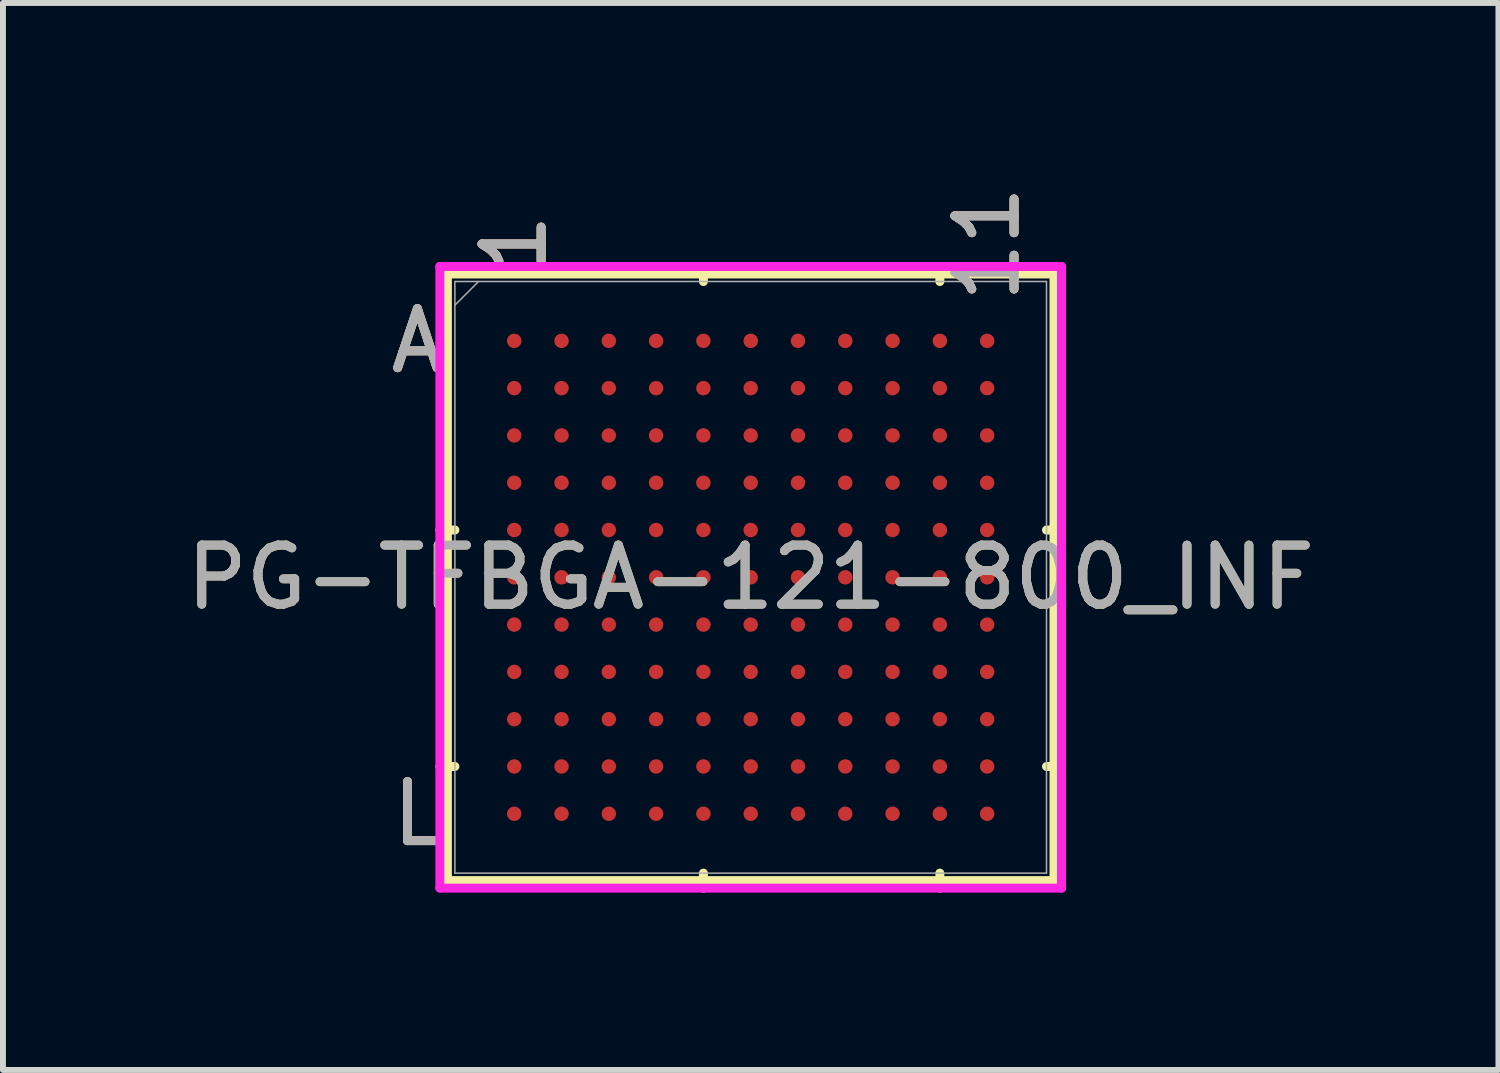
<source format=kicad_pcb>
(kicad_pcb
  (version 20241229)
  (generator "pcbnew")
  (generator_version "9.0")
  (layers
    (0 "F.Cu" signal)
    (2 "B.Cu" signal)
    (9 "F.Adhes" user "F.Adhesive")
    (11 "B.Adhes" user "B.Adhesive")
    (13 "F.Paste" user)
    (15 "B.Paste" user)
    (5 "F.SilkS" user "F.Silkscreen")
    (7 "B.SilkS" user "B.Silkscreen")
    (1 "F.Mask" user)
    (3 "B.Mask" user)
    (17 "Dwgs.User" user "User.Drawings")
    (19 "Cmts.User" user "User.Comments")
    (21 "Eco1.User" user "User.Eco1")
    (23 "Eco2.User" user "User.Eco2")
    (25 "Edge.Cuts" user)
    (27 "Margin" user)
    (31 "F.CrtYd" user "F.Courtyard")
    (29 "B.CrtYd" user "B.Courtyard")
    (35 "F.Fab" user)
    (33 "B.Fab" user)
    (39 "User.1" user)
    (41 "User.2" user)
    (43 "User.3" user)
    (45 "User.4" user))
  (footprint "PG-TFBGA-121-800_INF"
    (layer "F.Cu")
    (at 9.649 6.716)
    (property "Reference" "PG-TFBGA-121-800_INF" (at 0 0 0) (unlocked yes) (layer "F.SilkS") (effects (font (size 1 1) (thickness 0.15))))
    (attr smd)
    (fp_line (start -5.131 -5.131) (end -5.131 5.131) (stroke (width 0.152) (type solid)) (layer "F.SilkS"))
    (fp_line (start -5.131 5.131) (end 5.131 5.131) (stroke (width 0.152) (type solid)) (layer "F.SilkS"))
    (fp_line (start -5.004 -0.8) (end -5.258 -0.8) (stroke (width 0.152) (type solid)) (layer "F.SilkS"))
    (fp_line (start -5.004 3.2) (end -5.258 3.2) (stroke (width 0.152) (type solid)) (layer "F.SilkS"))
    (fp_line (start -0.8 -5.004) (end -0.8 -5.258) (stroke (width 0.152) (type solid)) (layer "F.SilkS"))
    (fp_line (start -0.8 5.004) (end -0.8 5.258) (stroke (width 0.152) (type solid)) (layer "F.SilkS"))
    (fp_line (start 3.2 -5.004) (end 3.2 -5.258) (stroke (width 0.152) (type solid)) (layer "F.SilkS"))
    (fp_line (start 3.2 5.004) (end 3.2 5.258) (stroke (width 0.152) (type solid)) (layer "F.SilkS"))
    (fp_line (start 5.004 -0.8) (end 5.258 -0.8) (stroke (width 0.152) (type solid)) (layer "F.SilkS"))
    (fp_line (start 5.004 3.2) (end 5.258 3.2) (stroke (width 0.152) (type solid)) (layer "F.SilkS"))
    (fp_line (start 5.131 -5.131) (end -5.131 -5.131) (stroke (width 0.152) (type solid)) (layer "F.SilkS"))
    (fp_line (start 5.131 5.131) (end 5.131 -5.131) (stroke (width 0.152) (type solid)) (layer "F.SilkS"))
    (fp_poly (pts (xy -4.845 -4.845) (xy 4.845 -4.845) (xy 4.845 4.845) (xy -4.845 4.845)) (stroke (width 0.1) (type solid)) (fill no) (layer "Eco2.User"))
    (fp_line (start -5.258 -5.258) (end 5.258 -5.258) (stroke (width 0.152) (type solid)) (layer "F.CrtYd"))
    (fp_line (start -5.258 5.258) (end -5.258 -5.258) (stroke (width 0.152) (type solid)) (layer "F.CrtYd"))
    (fp_line (start 5.258 -5.258) (end 5.258 5.258) (stroke (width 0.152) (type solid)) (layer "F.CrtYd"))
    (fp_line (start 5.258 5.258) (end -5.258 5.258) (stroke (width 0.152) (type solid)) (layer "F.CrtYd"))
    (fp_line (start -5.004 -5.004) (end -5.004 5.004) (stroke (width 0.025) (type solid)) (layer "F.Fab"))
    (fp_line (start -5.004 5.004) (end 5.004 5.004) (stroke (width 0.025) (type solid)) (layer "F.Fab"))
    (fp_line (start -4.604 -5.004) (end -5.004 -4.604) (stroke (width 0.025) (type solid)) (layer "F.Fab"))
    (fp_line (start 5.004 -5.004) (end -5.004 -5.004) (stroke (width 0.025) (type solid)) (layer "F.Fab"))
    (fp_line (start 5.004 5.004) (end 5.004 -5.004) (stroke (width 0.025) (type solid)) (layer "F.Fab"))
    (fp_text user "11" (at 4 -5.639 90) (unlocked yes) (layer "F.SilkS") (effects (font (size 1 1) (thickness 0.15))))
    (fp_text user "L" (at -5.639 4 0) (unlocked yes) (layer "F.SilkS") (effects (font (size 1 1) (thickness 0.15))))
    (fp_text user "1" (at -4 -5.639 90) (unlocked yes) (layer "F.SilkS") (effects (font (size 1 1) (thickness 0.15))))
    (fp_text user "A" (at -5.639 -4 0) (unlocked yes) (layer "F.SilkS") (effects (font (size 1 1) (thickness 0.15))))
    (fp_text user "11" (at 4 -5.639 90) (unlocked yes) (layer "B.SilkS") (effects (font (size 1 1) (thickness 0.15))))
    (fp_text user "L" (at -5.639 4 0) (unlocked yes) (layer "B.SilkS") (effects (font (size 1 1) (thickness 0.15))))
    (fp_text user "A" (at -5.639 -4 0) (unlocked yes) (layer "B.SilkS") (effects (font (size 1 1) (thickness 0.15))))
    (fp_text user "1" (at -4 -5.639 90) (unlocked yes) (layer "B.SilkS") (effects (font (size 1 1) (thickness 0.15))))
    (fp_text user "A" (at -5.639 -4 0) (unlocked yes) (layer "F.Fab") (effects (font (size 1 1) (thickness 0.15))))
    (fp_text user "L" (at -5.639 4 0) (unlocked yes) (layer "F.Fab") (effects (font (size 1 1) (thickness 0.15))))
    (fp_text user "${REFERENCE}" (at 0 0 0) (unlocked yes) (layer "F.Fab") (effects (font (size 1 1) (thickness 0.15))))
    (fp_text user "1" (at -4 -5.639 90) (unlocked yes) (layer "F.Fab") (effects (font (size 1 1) (thickness 0.15))))
    (fp_text user "11" (at 4 -5.639 90) (unlocked yes) (layer "F.Fab") (effects (font (size 1 1) (thickness 0.15))))
    (pad "A1" smd circle (at -4 -4) (size 0.244 0.244) (layers "F.Cu" "F.Mask" "F.Paste"))
    (pad "A2" smd circle (at -3.2 -4) (size 0.244 0.244) (layers "F.Cu" "F.Mask" "F.Paste"))
    (pad "A3" smd circle (at -2.4 -4) (size 0.244 0.244) (layers "F.Cu" "F.Mask" "F.Paste"))
    (pad "A4" smd circle (at -1.6 -4) (size 0.244 0.244) (layers "F.Cu" "F.Mask" "F.Paste"))
    (pad "A5" smd circle (at -0.8 -4) (size 0.244 0.244) (layers "F.Cu" "F.Mask" "F.Paste"))
    (pad "A6" smd circle (at 0 -4) (size 0.244 0.244) (layers "F.Cu" "F.Mask" "F.Paste"))
    (pad "A7" smd circle (at 0.8 -4) (size 0.244 0.244) (layers "F.Cu" "F.Mask" "F.Paste"))
    (pad "A8" smd circle (at 1.6 -4) (size 0.244 0.244) (layers "F.Cu" "F.Mask" "F.Paste"))
    (pad "A9" smd circle (at 2.4 -4) (size 0.244 0.244) (layers "F.Cu" "F.Mask" "F.Paste"))
    (pad "A10" smd circle (at 3.2 -4) (size 0.244 0.244) (layers "F.Cu" "F.Mask" "F.Paste"))
    (pad "A11" smd circle (at 4 -4) (size 0.244 0.244) (layers "F.Cu" "F.Mask" "F.Paste"))
    (pad "B1" smd circle (at -4 -3.2) (size 0.244 0.244) (layers "F.Cu" "F.Mask" "F.Paste"))
    (pad "B2" smd circle (at -3.2 -3.2) (size 0.244 0.244) (layers "F.Cu" "F.Mask" "F.Paste"))
    (pad "B3" smd circle (at -2.4 -3.2) (size 0.244 0.244) (layers "F.Cu" "F.Mask" "F.Paste"))
    (pad "B4" smd circle (at -1.6 -3.2) (size 0.244 0.244) (layers "F.Cu" "F.Mask" "F.Paste"))
    (pad "B5" smd circle (at -0.8 -3.2) (size 0.244 0.244) (layers "F.Cu" "F.Mask" "F.Paste"))
    (pad "B6" smd circle (at 0 -3.2) (size 0.244 0.244) (layers "F.Cu" "F.Mask" "F.Paste"))
    (pad "B7" smd circle (at 0.8 -3.2) (size 0.244 0.244) (layers "F.Cu" "F.Mask" "F.Paste"))
    (pad "B8" smd circle (at 1.6 -3.2) (size 0.244 0.244) (layers "F.Cu" "F.Mask" "F.Paste"))
    (pad "B9" smd circle (at 2.4 -3.2) (size 0.244 0.244) (layers "F.Cu" "F.Mask" "F.Paste"))
    (pad "B10" smd circle (at 3.2 -3.2) (size 0.244 0.244) (layers "F.Cu" "F.Mask" "F.Paste"))
    (pad "B11" smd circle (at 4 -3.2) (size 0.244 0.244) (layers "F.Cu" "F.Mask" "F.Paste"))
    (pad "C1" smd circle (at -4 -2.4) (size 0.244 0.244) (layers "F.Cu" "F.Mask" "F.Paste"))
    (pad "C2" smd circle (at -3.2 -2.4) (size 0.244 0.244) (layers "F.Cu" "F.Mask" "F.Paste"))
    (pad "C3" smd circle (at -2.4 -2.4) (size 0.244 0.244) (layers "F.Cu" "F.Mask" "F.Paste"))
    (pad "C4" smd circle (at -1.6 -2.4) (size 0.244 0.244) (layers "F.Cu" "F.Mask" "F.Paste"))
    (pad "C5" smd circle (at -0.8 -2.4) (size 0.244 0.244) (layers "F.Cu" "F.Mask" "F.Paste"))
    (pad "C6" smd circle (at 0 -2.4) (size 0.244 0.244) (layers "F.Cu" "F.Mask" "F.Paste"))
    (pad "C7" smd circle (at 0.8 -2.4) (size 0.244 0.244) (layers "F.Cu" "F.Mask" "F.Paste"))
    (pad "C8" smd circle (at 1.6 -2.4) (size 0.244 0.244) (layers "F.Cu" "F.Mask" "F.Paste"))
    (pad "C9" smd circle (at 2.4 -2.4) (size 0.244 0.244) (layers "F.Cu" "F.Mask" "F.Paste"))
    (pad "C10" smd circle (at 3.2 -2.4) (size 0.244 0.244) (layers "F.Cu" "F.Mask" "F.Paste"))
    (pad "C11" smd circle (at 4 -2.4) (size 0.244 0.244) (layers "F.Cu" "F.Mask" "F.Paste"))
    (pad "D1" smd circle (at -4 -1.6) (size 0.244 0.244) (layers "F.Cu" "F.Mask" "F.Paste"))
    (pad "D2" smd circle (at -3.2 -1.6) (size 0.244 0.244) (layers "F.Cu" "F.Mask" "F.Paste"))
    (pad "D3" smd circle (at -2.4 -1.6) (size 0.244 0.244) (layers "F.Cu" "F.Mask" "F.Paste"))
    (pad "D4" smd circle (at -1.6 -1.6) (size 0.244 0.244) (layers "F.Cu" "F.Mask" "F.Paste"))
    (pad "D5" smd circle (at -0.8 -1.6) (size 0.244 0.244) (layers "F.Cu" "F.Mask" "F.Paste"))
    (pad "D6" smd circle (at 0 -1.6) (size 0.244 0.244) (layers "F.Cu" "F.Mask" "F.Paste"))
    (pad "D7" smd circle (at 0.8 -1.6) (size 0.244 0.244) (layers "F.Cu" "F.Mask" "F.Paste"))
    (pad "D8" smd circle (at 1.6 -1.6) (size 0.244 0.244) (layers "F.Cu" "F.Mask" "F.Paste"))
    (pad "D9" smd circle (at 2.4 -1.6) (size 0.244 0.244) (layers "F.Cu" "F.Mask" "F.Paste"))
    (pad "D10" smd circle (at 3.2 -1.6) (size 0.244 0.244) (layers "F.Cu" "F.Mask" "F.Paste"))
    (pad "D11" smd circle (at 4 -1.6) (size 0.244 0.244) (layers "F.Cu" "F.Mask" "F.Paste"))
    (pad "E1" smd circle (at -4 -0.8) (size 0.244 0.244) (layers "F.Cu" "F.Mask" "F.Paste"))
    (pad "E2" smd circle (at -3.2 -0.8) (size 0.244 0.244) (layers "F.Cu" "F.Mask" "F.Paste"))
    (pad "E3" smd circle (at -2.4 -0.8) (size 0.244 0.244) (layers "F.Cu" "F.Mask" "F.Paste"))
    (pad "E4" smd circle (at -1.6 -0.8) (size 0.244 0.244) (layers "F.Cu" "F.Mask" "F.Paste"))
    (pad "E5" smd circle (at -0.8 -0.8) (size 0.244 0.244) (layers "F.Cu" "F.Mask" "F.Paste"))
    (pad "E6" smd circle (at 0 -0.8) (size 0.244 0.244) (layers "F.Cu" "F.Mask" "F.Paste"))
    (pad "E7" smd circle (at 0.8 -0.8) (size 0.244 0.244) (layers "F.Cu" "F.Mask" "F.Paste"))
    (pad "E8" smd circle (at 1.6 -0.8) (size 0.244 0.244) (layers "F.Cu" "F.Mask" "F.Paste"))
    (pad "E9" smd circle (at 2.4 -0.8) (size 0.244 0.244) (layers "F.Cu" "F.Mask" "F.Paste"))
    (pad "E10" smd circle (at 3.2 -0.8) (size 0.244 0.244) (layers "F.Cu" "F.Mask" "F.Paste"))
    (pad "E11" smd circle (at 4 -0.8) (size 0.244 0.244) (layers "F.Cu" "F.Mask" "F.Paste"))
    (pad "F1" smd circle (at -4 0) (size 0.244 0.244) (layers "F.Cu" "F.Mask" "F.Paste"))
    (pad "F2" smd circle (at -3.2 0) (size 0.244 0.244) (layers "F.Cu" "F.Mask" "F.Paste"))
    (pad "F3" smd circle (at -2.4 0) (size 0.244 0.244) (layers "F.Cu" "F.Mask" "F.Paste"))
    (pad "F4" smd circle (at -1.6 0) (size 0.244 0.244) (layers "F.Cu" "F.Mask" "F.Paste"))
    (pad "F5" smd circle (at -0.8 0) (size 0.244 0.244) (layers "F.Cu" "F.Mask" "F.Paste"))
    (pad "F6" smd circle (at 0 0) (size 0.244 0.244) (layers "F.Cu" "F.Mask" "F.Paste"))
    (pad "F7" smd circle (at 0.8 0) (size 0.244 0.244) (layers "F.Cu" "F.Mask" "F.Paste"))
    (pad "F8" smd circle (at 1.6 0) (size 0.244 0.244) (layers "F.Cu" "F.Mask" "F.Paste"))
    (pad "F9" smd circle (at 2.4 0) (size 0.244 0.244) (layers "F.Cu" "F.Mask" "F.Paste"))
    (pad "F10" smd circle (at 3.2 0) (size 0.244 0.244) (layers "F.Cu" "F.Mask" "F.Paste"))
    (pad "F11" smd circle (at 4 0) (size 0.244 0.244) (layers "F.Cu" "F.Mask" "F.Paste"))
    (pad "G1" smd circle (at -4 0.8) (size 0.244 0.244) (layers "F.Cu" "F.Mask" "F.Paste"))
    (pad "G2" smd circle (at -3.2 0.8) (size 0.244 0.244) (layers "F.Cu" "F.Mask" "F.Paste"))
    (pad "G3" smd circle (at -2.4 0.8) (size 0.244 0.244) (layers "F.Cu" "F.Mask" "F.Paste"))
    (pad "G4" smd circle (at -1.6 0.8) (size 0.244 0.244) (layers "F.Cu" "F.Mask" "F.Paste"))
    (pad "G5" smd circle (at -0.8 0.8) (size 0.244 0.244) (layers "F.Cu" "F.Mask" "F.Paste"))
    (pad "G6" smd circle (at 0 0.8) (size 0.244 0.244) (layers "F.Cu" "F.Mask" "F.Paste"))
    (pad "G7" smd circle (at 0.8 0.8) (size 0.244 0.244) (layers "F.Cu" "F.Mask" "F.Paste"))
    (pad "G8" smd circle (at 1.6 0.8) (size 0.244 0.244) (layers "F.Cu" "F.Mask" "F.Paste"))
    (pad "G9" smd circle (at 2.4 0.8) (size 0.244 0.244) (layers "F.Cu" "F.Mask" "F.Paste"))
    (pad "G10" smd circle (at 3.2 0.8) (size 0.244 0.244) (layers "F.Cu" "F.Mask" "F.Paste"))
    (pad "G11" smd circle (at 4 0.8) (size 0.244 0.244) (layers "F.Cu" "F.Mask" "F.Paste"))
    (pad "H1" smd circle (at -4 1.6) (size 0.244 0.244) (layers "F.Cu" "F.Mask" "F.Paste"))
    (pad "H2" smd circle (at -3.2 1.6) (size 0.244 0.244) (layers "F.Cu" "F.Mask" "F.Paste"))
    (pad "H3" smd circle (at -2.4 1.6) (size 0.244 0.244) (layers "F.Cu" "F.Mask" "F.Paste"))
    (pad "H4" smd circle (at -1.6 1.6) (size 0.244 0.244) (layers "F.Cu" "F.Mask" "F.Paste"))
    (pad "H5" smd circle (at -0.8 1.6) (size 0.244 0.244) (layers "F.Cu" "F.Mask" "F.Paste"))
    (pad "H6" smd circle (at 0 1.6) (size 0.244 0.244) (layers "F.Cu" "F.Mask" "F.Paste"))
    (pad "H7" smd circle (at 0.8 1.6) (size 0.244 0.244) (layers "F.Cu" "F.Mask" "F.Paste"))
    (pad "H8" smd circle (at 1.6 1.6) (size 0.244 0.244) (layers "F.Cu" "F.Mask" "F.Paste"))
    (pad "H9" smd circle (at 2.4 1.6) (size 0.244 0.244) (layers "F.Cu" "F.Mask" "F.Paste"))
    (pad "H10" smd circle (at 3.2 1.6) (size 0.244 0.244) (layers "F.Cu" "F.Mask" "F.Paste"))
    (pad "H11" smd circle (at 4 1.6) (size 0.244 0.244) (layers "F.Cu" "F.Mask" "F.Paste"))
    (pad "J1" smd circle (at -4 2.4) (size 0.244 0.244) (layers "F.Cu" "F.Mask" "F.Paste"))
    (pad "J2" smd circle (at -3.2 2.4) (size 0.244 0.244) (layers "F.Cu" "F.Mask" "F.Paste"))
    (pad "J3" smd circle (at -2.4 2.4) (size 0.244 0.244) (layers "F.Cu" "F.Mask" "F.Paste"))
    (pad "J4" smd circle (at -1.6 2.4) (size 0.244 0.244) (layers "F.Cu" "F.Mask" "F.Paste"))
    (pad "J5" smd circle (at -0.8 2.4) (size 0.244 0.244) (layers "F.Cu" "F.Mask" "F.Paste"))
    (pad "J6" smd circle (at 0 2.4) (size 0.244 0.244) (layers "F.Cu" "F.Mask" "F.Paste"))
    (pad "J7" smd circle (at 0.8 2.4) (size 0.244 0.244) (layers "F.Cu" "F.Mask" "F.Paste"))
    (pad "J8" smd circle (at 1.6 2.4) (size 0.244 0.244) (layers "F.Cu" "F.Mask" "F.Paste"))
    (pad "J9" smd circle (at 2.4 2.4) (size 0.244 0.244) (layers "F.Cu" "F.Mask" "F.Paste"))
    (pad "J10" smd circle (at 3.2 2.4) (size 0.244 0.244) (layers "F.Cu" "F.Mask" "F.Paste"))
    (pad "J11" smd circle (at 4 2.4) (size 0.244 0.244) (layers "F.Cu" "F.Mask" "F.Paste"))
    (pad "K1" smd circle (at -4 3.2) (size 0.244 0.244) (layers "F.Cu" "F.Mask" "F.Paste"))
    (pad "K2" smd circle (at -3.2 3.2) (size 0.244 0.244) (layers "F.Cu" "F.Mask" "F.Paste"))
    (pad "K3" smd circle (at -2.4 3.2) (size 0.244 0.244) (layers "F.Cu" "F.Mask" "F.Paste"))
    (pad "K4" smd circle (at -1.6 3.2) (size 0.244 0.244) (layers "F.Cu" "F.Mask" "F.Paste"))
    (pad "K5" smd circle (at -0.8 3.2) (size 0.244 0.244) (layers "F.Cu" "F.Mask" "F.Paste"))
    (pad "K6" smd circle (at 0 3.2) (size 0.244 0.244) (layers "F.Cu" "F.Mask" "F.Paste"))
    (pad "K7" smd circle (at 0.8 3.2) (size 0.244 0.244) (layers "F.Cu" "F.Mask" "F.Paste"))
    (pad "K8" smd circle (at 1.6 3.2) (size 0.244 0.244) (layers "F.Cu" "F.Mask" "F.Paste"))
    (pad "K9" smd circle (at 2.4 3.2) (size 0.244 0.244) (layers "F.Cu" "F.Mask" "F.Paste"))
    (pad "K10" smd circle (at 3.2 3.2) (size 0.244 0.244) (layers "F.Cu" "F.Mask" "F.Paste"))
    (pad "K11" smd circle (at 4 3.2) (size 0.244 0.244) (layers "F.Cu" "F.Mask" "F.Paste"))
    (pad "L1" smd circle (at -4 4) (size 0.244 0.244) (layers "F.Cu" "F.Mask" "F.Paste"))
    (pad "L2" smd circle (at -3.2 4) (size 0.244 0.244) (layers "F.Cu" "F.Mask" "F.Paste"))
    (pad "L3" smd circle (at -2.4 4) (size 0.244 0.244) (layers "F.Cu" "F.Mask" "F.Paste"))
    (pad "L4" smd circle (at -1.6 4) (size 0.244 0.244) (layers "F.Cu" "F.Mask" "F.Paste"))
    (pad "L5" smd circle (at -0.8 4) (size 0.244 0.244) (layers "F.Cu" "F.Mask" "F.Paste"))
    (pad "L6" smd circle (at 0 4) (size 0.244 0.244) (layers "F.Cu" "F.Mask" "F.Paste"))
    (pad "L7" smd circle (at 0.8 4) (size 0.244 0.244) (layers "F.Cu" "F.Mask" "F.Paste"))
    (pad "L8" smd circle (at 1.6 4) (size 0.244 0.244) (layers "F.Cu" "F.Mask" "F.Paste"))
    (pad "L9" smd circle (at 2.4 4) (size 0.244 0.244) (layers "F.Cu" "F.Mask" "F.Paste"))
    (pad "L10" smd circle (at 3.2 4) (size 0.244 0.244) (layers "F.Cu" "F.Mask" "F.Paste"))
    (pad "L11" smd circle (at 4 4) (size 0.244 0.244) (layers "F.Cu" "F.Mask" "F.Paste")))
  (gr_rect
    (start -3 -3)
    (end 22.298 15.05)
    (stroke (width 0.1) (type default))
    (fill no)
    (layer "Edge.Cuts")))
</source>
